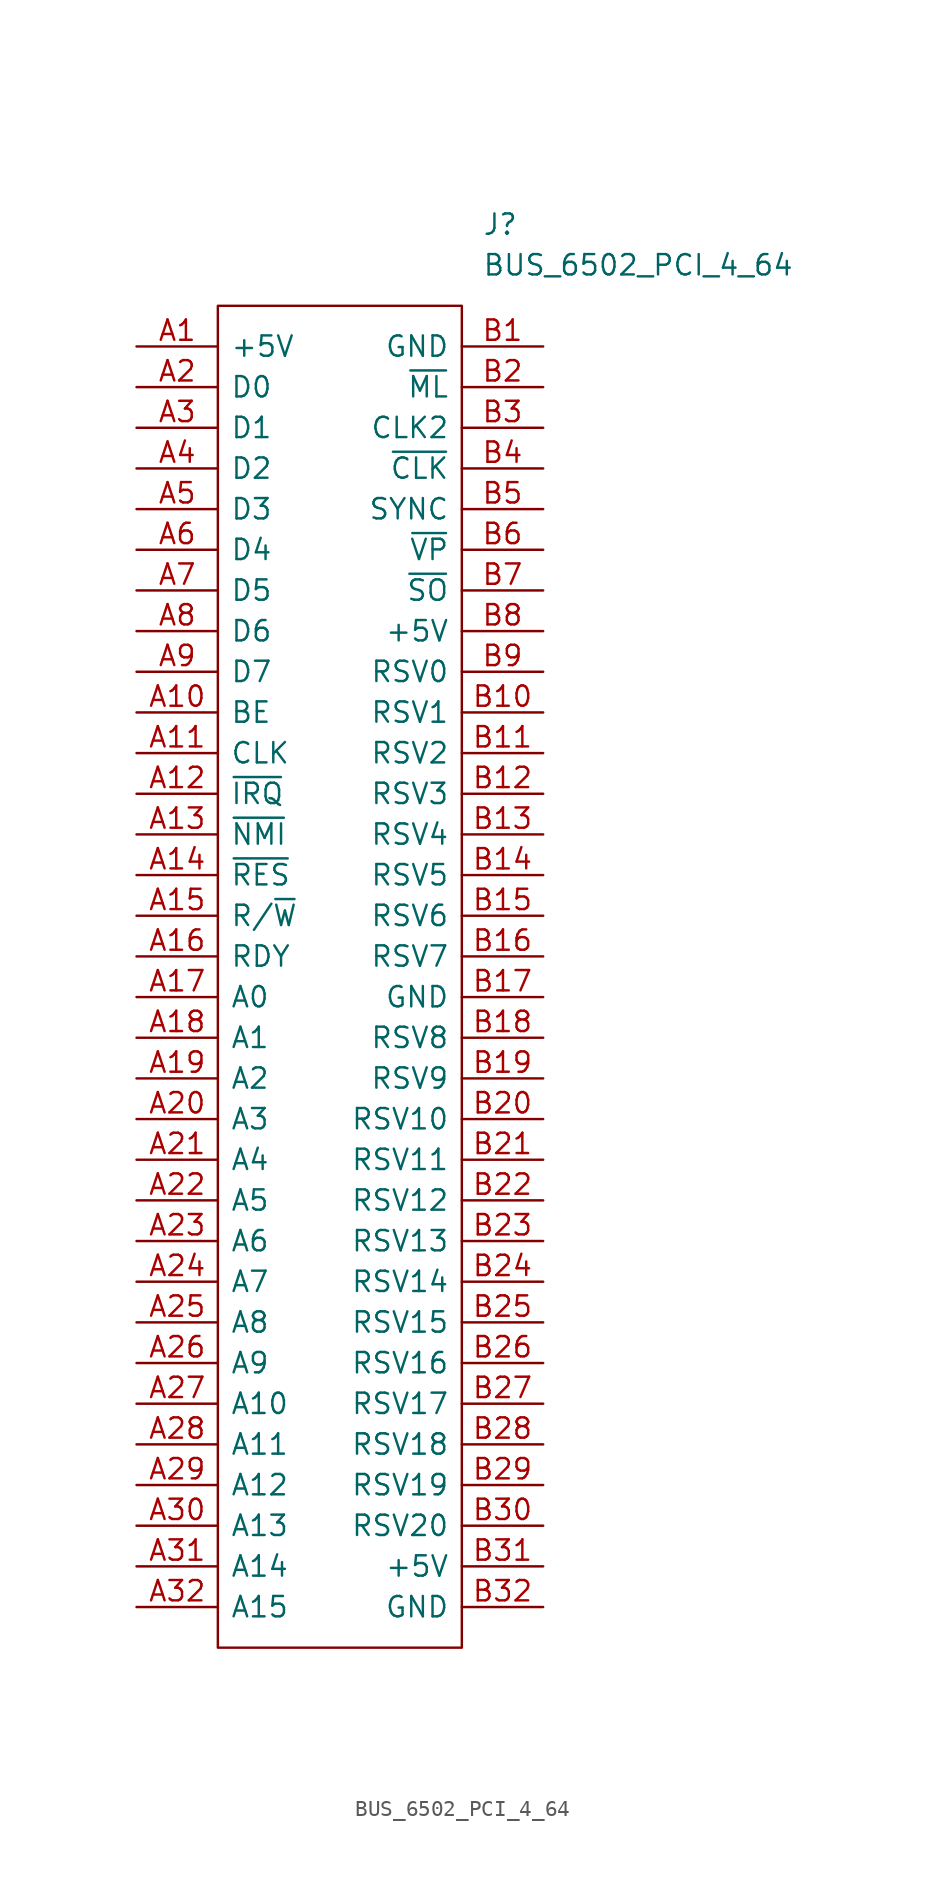
<source format=kicad_sym>
(kicad_symbol_lib
  (version 20211014)
  (generator kicad_symbol_editor)
  (symbol "BUS_6502_PCI_4_64"
    (pin_names
      (offset 0.762))
    (property "Reference" "J"
      (at 21.59 7.62 0)
      (effects (font (size 1.27 1.27)) (justify left)))
    (property "Value" "BUS_6502_PCI_4_64"
      (at 21.59 5.08 0)
      (effects (font (size 1.27 1.27)) (justify left)))
    (symbol "BUS_6502_PCI_4_64_0_0"
      (pin power_in line (at 0 0 0) (length 5.08) (name "+5V" (effects (font (size 1.27 1.27)))) (number "A1" (effects (font (size 1.27 1.27)))))
      (pin bidirectional line (at 0 -22.86 0) (length 5.08) (name "BE" (effects (font (size 1.27 1.27)))) (number "A10" (effects (font (size 1.27 1.27)))))
      (pin bidirectional line (at 0 -25.4 0) (length 5.08) (name "CLK" (effects (font (size 1.27 1.27)))) (number "A11" (effects (font (size 1.27 1.27)))))
      (pin bidirectional line (at 0 -27.94 0) (length 5.08) (name "~{IRQ}" (effects (font (size 1.27 1.27)))) (number "A12" (effects (font (size 1.27 1.27)))))
      (pin bidirectional line (at 0 -30.48 0) (length 5.08) (name "~{NMI}" (effects (font (size 1.27 1.27)))) (number "A13" (effects (font (size 1.27 1.27)))))
      (pin bidirectional line (at 0 -33.02 0) (length 5.08) (name "~{RES}" (effects (font (size 1.27 1.27)))) (number "A14" (effects (font (size 1.27 1.27)))))
      (pin bidirectional line (at 0 -35.56 0) (length 5.08) (name "R/~{W}" (effects (font (size 1.27 1.27)))) (number "A15" (effects (font (size 1.27 1.27)))))
      (pin bidirectional line (at 0 -38.1 0) (length 5.08) (name "RDY" (effects (font (size 1.27 1.27)))) (number "A16" (effects (font (size 1.27 1.27)))))
      (pin bidirectional line (at 0 -40.64 0) (length 5.08) (name "A0" (effects (font (size 1.27 1.27)))) (number "A17" (effects (font (size 1.27 1.27)))))
      (pin bidirectional line (at 0 -43.18 0) (length 5.08) (name "A1" (effects (font (size 1.27 1.27)))) (number "A18" (effects (font (size 1.27 1.27)))))
      (pin bidirectional line (at 0 -45.72 0) (length 5.08) (name "A2" (effects (font (size 1.27 1.27)))) (number "A19" (effects (font (size 1.27 1.27)))))
      (pin bidirectional line (at 0 -2.54 0) (length 5.08) (name "D0" (effects (font (size 1.27 1.27)))) (number "A2" (effects (font (size 1.27 1.27)))))
      (pin bidirectional line (at 0 -48.26 0) (length 5.08) (name "A3" (effects (font (size 1.27 1.27)))) (number "A20" (effects (font (size 1.27 1.27)))))
      (pin bidirectional line (at 0 -50.8 0) (length 5.08) (name "A4" (effects (font (size 1.27 1.27)))) (number "A21" (effects (font (size 1.27 1.27)))))
      (pin bidirectional line (at 0 -53.34 0) (length 5.08) (name "A5" (effects (font (size 1.27 1.27)))) (number "A22" (effects (font (size 1.27 1.27)))))
      (pin bidirectional line (at 0 -55.88 0) (length 5.08) (name "A6" (effects (font (size 1.27 1.27)))) (number "A23" (effects (font (size 1.27 1.27)))))
      (pin bidirectional line (at 0 -58.42 0) (length 5.08) (name "A7" (effects (font (size 1.27 1.27)))) (number "A24" (effects (font (size 1.27 1.27)))))
      (pin bidirectional line (at 0 -60.96 0) (length 5.08) (name "A8" (effects (font (size 1.27 1.27)))) (number "A25" (effects (font (size 1.27 1.27)))))
      (pin bidirectional line (at 0 -63.5 0) (length 5.08) (name "A9" (effects (font (size 1.27 1.27)))) (number "A26" (effects (font (size 1.27 1.27)))))
      (pin bidirectional line (at 0 -66.04 0) (length 5.08) (name "A10" (effects (font (size 1.27 1.27)))) (number "A27" (effects (font (size 1.27 1.27)))))
      (pin bidirectional line (at 0 -68.58 0) (length 5.08) (name "A11" (effects (font (size 1.27 1.27)))) (number "A28" (effects (font (size 1.27 1.27)))))
      (pin bidirectional line (at 0 -71.12 0) (length 5.08) (name "A12" (effects (font (size 1.27 1.27)))) (number "A29" (effects (font (size 1.27 1.27)))))
      (pin bidirectional line (at 0 -5.08 0) (length 5.08) (name "D1" (effects (font (size 1.27 1.27)))) (number "A3" (effects (font (size 1.27 1.27)))))
      (pin bidirectional line (at 0 -73.66 0) (length 5.08) (name "A13" (effects (font (size 1.27 1.27)))) (number "A30" (effects (font (size 1.27 1.27)))))
      (pin bidirectional line (at 0 -76.2 0) (length 5.08) (name "A14" (effects (font (size 1.27 1.27)))) (number "A31" (effects (font (size 1.27 1.27)))))
      (pin bidirectional line (at 0 -78.74 0) (length 5.08) (name "A15" (effects (font (size 1.27 1.27)))) (number "A32" (effects (font (size 1.27 1.27)))))
      (pin bidirectional line (at 0 -7.62 0) (length 5.08) (name "D2" (effects (font (size 1.27 1.27)))) (number "A4" (effects (font (size 1.27 1.27)))))
      (pin bidirectional line (at 0 -10.16 0) (length 5.08) (name "D3" (effects (font (size 1.27 1.27)))) (number "A5" (effects (font (size 1.27 1.27)))))
      (pin bidirectional line (at 0 -12.7 0) (length 5.08) (name "D4" (effects (font (size 1.27 1.27)))) (number "A6" (effects (font (size 1.27 1.27)))))
      (pin bidirectional line (at 0 -15.24 0) (length 5.08) (name "D5" (effects (font (size 1.27 1.27)))) (number "A7" (effects (font (size 1.27 1.27)))))
      (pin bidirectional line (at 0 -17.78 0) (length 5.08) (name "D6" (effects (font (size 1.27 1.27)))) (number "A8" (effects (font (size 1.27 1.27)))))
      (pin bidirectional line (at 0 -20.32 0) (length 5.08) (name "D7" (effects (font (size 1.27 1.27)))) (number "A9" (effects (font (size 1.27 1.27)))))
      (pin power_in line (at 25.4 0 180) (length 5.08) (name "GND" (effects (font (size 1.27 1.27)))) (number "B1" (effects (font (size 1.27 1.27)))))
      (pin passive line (at 25.4 -22.86 180) (length 5.08) (name "RSV1" (effects (font (size 1.27 1.27)))) (number "B10" (effects (font (size 1.27 1.27)))))
      (pin passive line (at 25.4 -25.4 180) (length 5.08) (name "RSV2" (effects (font (size 1.27 1.27)))) (number "B11" (effects (font (size 1.27 1.27)))))
      (pin passive line (at 25.4 -27.94 180) (length 5.08) (name "RSV3" (effects (font (size 1.27 1.27)))) (number "B12" (effects (font (size 1.27 1.27)))))
      (pin passive line (at 25.4 -30.48 180) (length 5.08) (name "RSV4" (effects (font (size 1.27 1.27)))) (number "B13" (effects (font (size 1.27 1.27)))))
      (pin passive line (at 25.4 -33.02 180) (length 5.08) (name "RSV5" (effects (font (size 1.27 1.27)))) (number "B14" (effects (font (size 1.27 1.27)))))
      (pin passive line (at 25.4 -35.56 180) (length 5.08) (name "RSV6" (effects (font (size 1.27 1.27)))) (number "B15" (effects (font (size 1.27 1.27)))))
      (pin passive line (at 25.4 -38.1 180) (length 5.08) (name "RSV7" (effects (font (size 1.27 1.27)))) (number "B16" (effects (font (size 1.27 1.27)))))
      (pin power_in line (at 25.4 -40.64 180) (length 5.08) (name "GND" (effects (font (size 1.27 1.27)))) (number "B17" (effects (font (size 1.27 1.27)))))
      (pin passive line (at 25.4 -43.18 180) (length 5.08) (name "RSV8" (effects (font (size 1.27 1.27)))) (number "B18" (effects (font (size 1.27 1.27)))))
      (pin passive line (at 25.4 -45.72 180) (length 5.08) (name "RSV9" (effects (font (size 1.27 1.27)))) (number "B19" (effects (font (size 1.27 1.27)))))
      (pin bidirectional line (at 25.4 -2.54 180) (length 5.08) (name "~{ML}" (effects (font (size 1.27 1.27)))) (number "B2" (effects (font (size 1.27 1.27)))))
      (pin passive line (at 25.4 -48.26 180) (length 5.08) (name "RSV10" (effects (font (size 1.27 1.27)))) (number "B20" (effects (font (size 1.27 1.27)))))
      (pin passive line (at 25.4 -50.8 180) (length 5.08) (name "RSV11" (effects (font (size 1.27 1.27)))) (number "B21" (effects (font (size 1.27 1.27)))))
      (pin passive line (at 25.4 -53.34 180) (length 5.08) (name "RSV12" (effects (font (size 1.27 1.27)))) (number "B22" (effects (font (size 1.27 1.27)))))
      (pin passive line (at 25.4 -55.88 180) (length 5.08) (name "RSV13" (effects (font (size 1.27 1.27)))) (number "B23" (effects (font (size 1.27 1.27)))))
      (pin passive line (at 25.4 -58.42 180) (length 5.08) (name "RSV14" (effects (font (size 1.27 1.27)))) (number "B24" (effects (font (size 1.27 1.27)))))
      (pin passive line (at 25.4 -60.96 180) (length 5.08) (name "RSV15" (effects (font (size 1.27 1.27)))) (number "B25" (effects (font (size 1.27 1.27)))))
      (pin passive line (at 25.4 -63.5 180) (length 5.08) (name "RSV16" (effects (font (size 1.27 1.27)))) (number "B26" (effects (font (size 1.27 1.27)))))
      (pin passive line (at 25.4 -66.04 180) (length 5.08) (name "RSV17" (effects (font (size 1.27 1.27)))) (number "B27" (effects (font (size 1.27 1.27)))))
      (pin passive line (at 25.4 -68.58 180) (length 5.08) (name "RSV18" (effects (font (size 1.27 1.27)))) (number "B28" (effects (font (size 1.27 1.27)))))
      (pin passive line (at 25.4 -71.12 180) (length 5.08) (name "RSV19" (effects (font (size 1.27 1.27)))) (number "B29" (effects (font (size 1.27 1.27)))))
      (pin bidirectional line (at 25.4 -5.08 180) (length 5.08) (name "CLK2" (effects (font (size 1.27 1.27)))) (number "B3" (effects (font (size 1.27 1.27)))))
      (pin passive line (at 25.4 -73.66 180) (length 5.08) (name "RSV20" (effects (font (size 1.27 1.27)))) (number "B30" (effects (font (size 1.27 1.27)))))
      (pin power_in line (at 25.4 -76.2 180) (length 5.08) (name "+5V" (effects (font (size 1.27 1.27)))) (number "B31" (effects (font (size 1.27 1.27)))))
      (pin power_in line (at 25.4 -78.74 180) (length 5.08) (name "GND" (effects (font (size 1.27 1.27)))) (number "B32" (effects (font (size 1.27 1.27)))))
      (pin bidirectional line (at 25.4 -7.62 180) (length 5.08) (name "~{CLK}" (effects (font (size 1.27 1.27)))) (number "B4" (effects (font (size 1.27 1.27)))))
      (pin bidirectional line (at 25.4 -10.16 180) (length 5.08) (name "SYNC" (effects (font (size 1.27 1.27)))) (number "B5" (effects (font (size 1.27 1.27)))))
      (pin bidirectional line (at 25.4 -12.7 180) (length 5.08) (name "~{VP}" (effects (font (size 1.27 1.27)))) (number "B6" (effects (font (size 1.27 1.27)))))
      (pin bidirectional line (at 25.4 -15.24 180) (length 5.08) (name "~{SO}" (effects (font (size 1.27 1.27)))) (number "B7" (effects (font (size 1.27 1.27)))))
      (pin power_in line (at 25.4 -17.78 180) (length 5.08) (name "+5V" (effects (font (size 1.27 1.27)))) (number "B8" (effects (font (size 1.27 1.27)))))
      (pin passive line (at 25.4 -20.32 180) (length 5.08) (name "RSV0" (effects (font (size 1.27 1.27)))) (number "B9" (effects (font (size 1.27 1.27))))))
    (symbol "BUS_6502_PCI_4_64_0_1"
      (polyline (pts (xy 5.08 2.54) (xy 20.32 2.54) (xy 20.32 -81.28) (xy 5.08 -81.28) (xy 5.08 2.54)) (stroke (width 0.152) (type default) (color 0 0 0 0)) (fill (type none))))))
</source>
